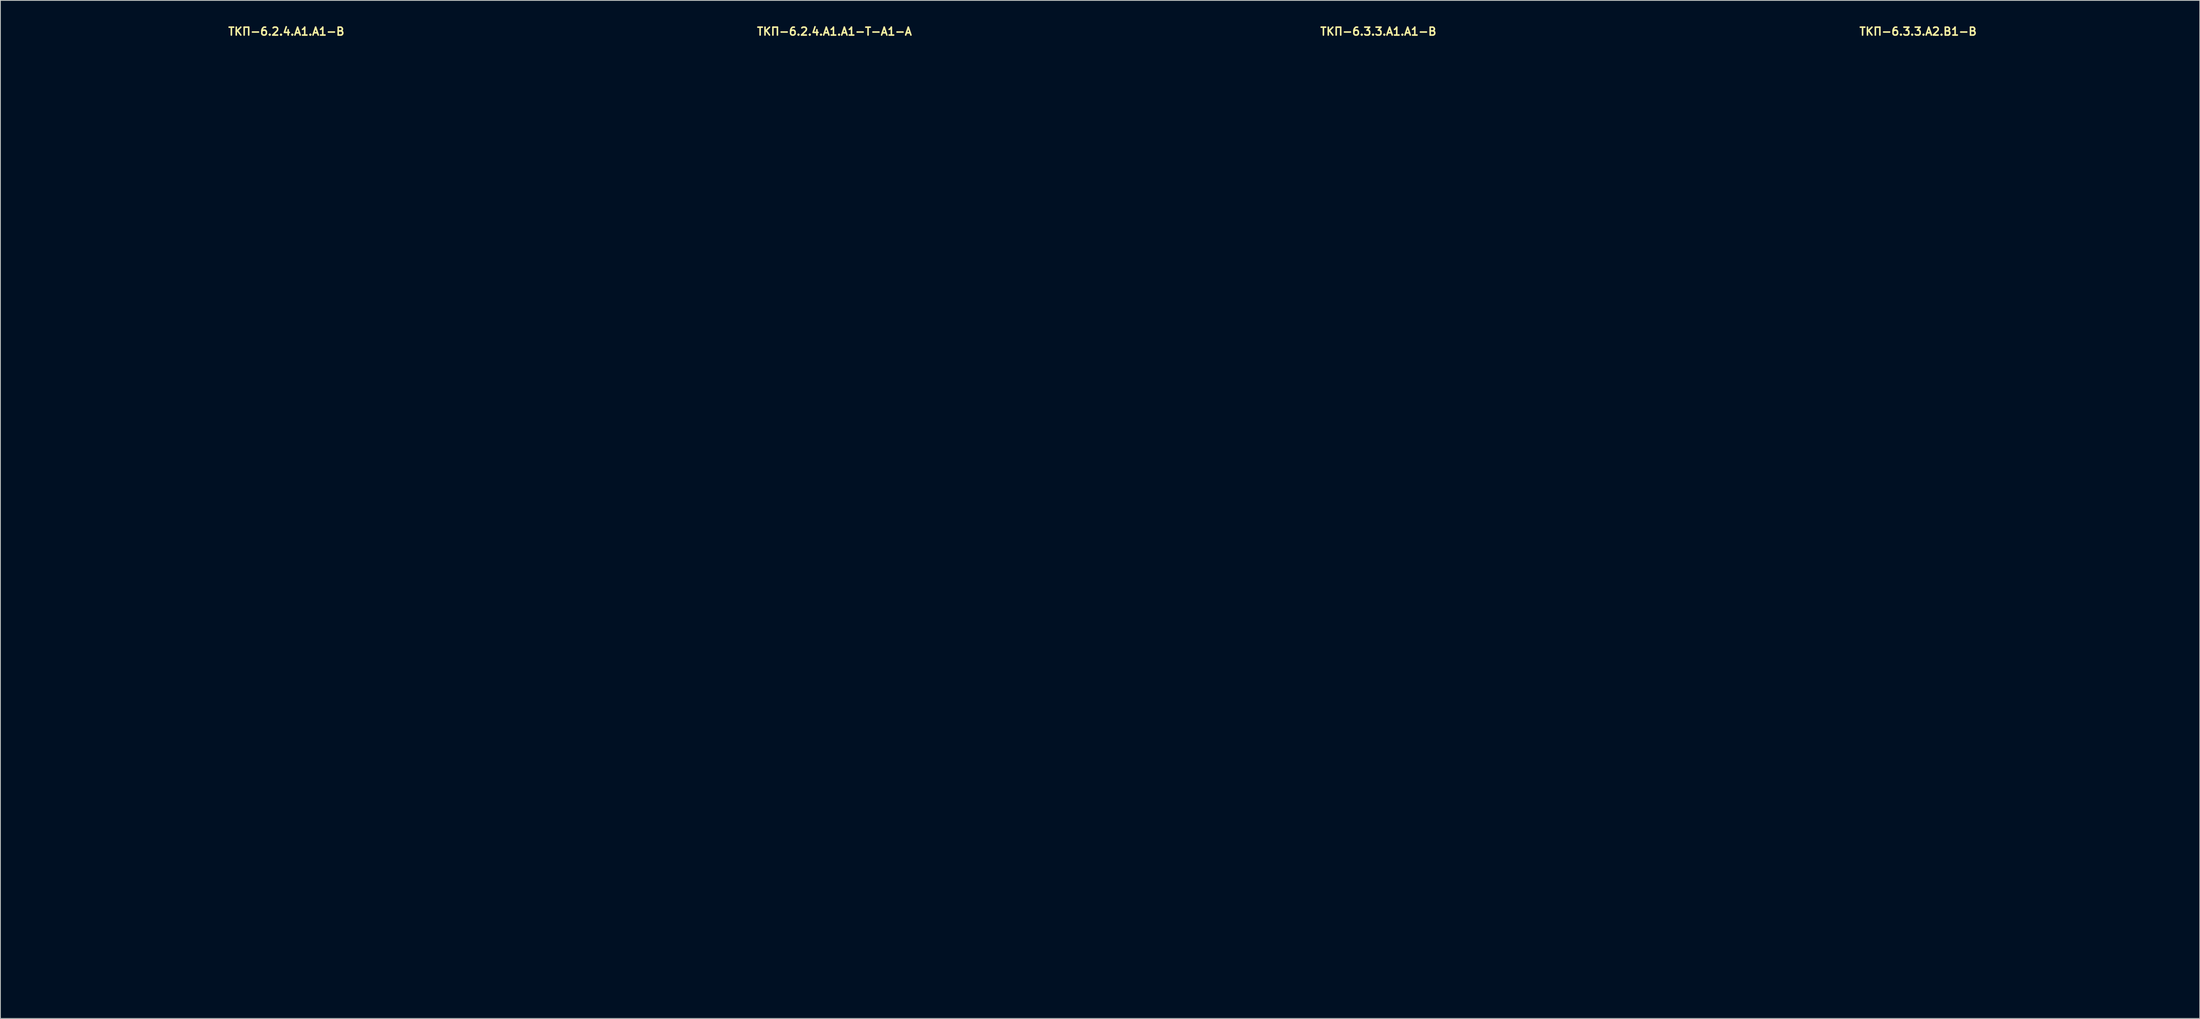
<source format=kicad_pcb>
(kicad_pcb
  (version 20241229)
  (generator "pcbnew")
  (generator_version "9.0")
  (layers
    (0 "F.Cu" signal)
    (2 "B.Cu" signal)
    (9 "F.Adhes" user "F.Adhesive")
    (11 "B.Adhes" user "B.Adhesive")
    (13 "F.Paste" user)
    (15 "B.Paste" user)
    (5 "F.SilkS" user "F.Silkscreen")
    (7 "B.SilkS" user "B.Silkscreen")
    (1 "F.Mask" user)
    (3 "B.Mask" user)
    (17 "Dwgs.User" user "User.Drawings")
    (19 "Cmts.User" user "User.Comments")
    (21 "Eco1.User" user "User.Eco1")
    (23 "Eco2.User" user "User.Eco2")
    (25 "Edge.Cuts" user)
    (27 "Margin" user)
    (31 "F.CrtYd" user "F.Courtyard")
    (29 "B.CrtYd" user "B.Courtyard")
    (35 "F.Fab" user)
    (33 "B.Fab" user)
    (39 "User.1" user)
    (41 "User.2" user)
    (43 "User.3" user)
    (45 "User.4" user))
  (footprint "ТКП-6.3.3.A2.B1-B"
    (layer "F.Cu")
    (at 239.81 59.737)
    (property "Reference" "ТКП-6.3.3.A2.B1-B" (at 0 -58.801 0) (layer "F.SilkS") (effects (font (size 1 1) (thickness 0.2))))
    (attr through_hole)
    (fp_line (start -32.47 -57.98) (end -32.47 57.98) (stroke (width 0.4) (type solid)) (layer "Eco1.User"))
    (fp_line (start -32.47 -57.98) (end 32.47 -57.98) (stroke (width 0.4) (type solid)) (layer "Eco1.User"))
    (fp_line (start -32.47 -56.98) (end 32.47 -56.98) (stroke (width 0.4) (type solid)) (layer "Eco1.User"))
    (fp_line (start -32.47 -55.98) (end 32.47 -55.98) (stroke (width 0.2) (type solid)) (layer "Eco1.User"))
    (fp_line (start -32.47 55.98) (end 32.47 55.98) (stroke (width 0.2) (type solid)) (layer "Eco1.User"))
    (fp_line (start -32.47 56.98) (end 32.47 56.98) (stroke (width 0.4) (type solid)) (layer "Eco1.User"))
    (fp_line (start -32.47 57.98) (end 32.47 57.98) (stroke (width 0.4) (type solid)) (layer "Eco1.User"))
    (fp_line (start 32.47 -57.98) (end 32.47 57.98) (stroke (width 0.4) (type solid)) (layer "Eco1.User"))
    (fp_circle (center -19.05 -40.44) (end -15.45 -40.44) (stroke (width 0.4) (type solid)) (fill no) (layer "Eco1.User"))
    (fp_circle (center -19.05 -12.5) (end -15.45 -12.5) (stroke (width 0.4) (type solid)) (fill no) (layer "Eco1.User"))
    (fp_circle (center -8.89 -50.8) (end -7.39 -50.8) (stroke (width 0.4) (type solid)) (fill no) (layer "Eco1.User"))
    (fp_circle (center 0 -26.47) (end 3.6 -26.47) (stroke (width 0.4) (type solid)) (fill no) (layer "Eco1.User"))
    (fp_circle (center 0 1.47) (end 3.6 1.47) (stroke (width 0.4) (type solid)) (fill no) (layer "Eco1.User"))
    (fp_circle (center 0 44.45) (end 6 44.45) (stroke (width 0.4) (type solid)) (fill no) (layer "Eco1.User"))
    (fp_circle (center 8.89 -50.8) (end 10.39 -50.8) (stroke (width 0.4) (type solid)) (fill no) (layer "Eco1.User"))
    (fp_circle (center 19.05 -40.44) (end 22.65 -40.44) (stroke (width 0.4) (type solid)) (fill no) (layer "Eco1.User"))
    (fp_circle (center 19.05 -12.5) (end 22.65 -12.5) (stroke (width 0.4) (type solid)) (fill no) (layer "Eco1.User"))
    (fp_circle (center 19.05 44.45) (end 21.7 44.45) (stroke (width 0.4) (type solid)) (fill no) (layer "Eco1.User")))
  (footprint "ТКП-6.2.4.A1.A1-B"
    (layer "F.Cu")
    (at 33.2 62.277)
    (property "Reference" "ТКП-6.2.4.A1.A1-B" (at 0 -61.341 0) (layer "F.SilkS") (effects (font (size 1 1) (thickness 0.2))))
    (attr through_hole)
    (fp_line (start -33 -57.4) (end -33 57.4) (stroke (width 0.4) (type solid)) (layer "Eco1.User"))
    (fp_line (start -29.9 -60.5) (end 29.9 -60.5) (stroke (width 0.4) (type solid)) (layer "Eco1.User"))
    (fp_line (start -29.9 60.5) (end 29.9 60.5) (stroke (width 0.4) (type solid)) (layer "Eco1.User"))
    (fp_line (start 33 -57.4) (end 33 57.4) (stroke (width 0.4) (type solid)) (layer "Eco1.User"))
    (fp_arc (start -33 -57.4) (mid -32.092031 -59.592031) (end -29.9 -60.5) (stroke (width 0.4) (type solid)) (layer "Eco1.User"))
    (fp_arc (start -29.9 60.5) (mid -32.092031 59.592031) (end -33 57.4) (stroke (width 0.4) (type solid)) (layer "Eco1.User"))
    (fp_arc (start 29.9 -60.5) (mid 32.092031 -59.592031) (end 33 -57.4) (stroke (width 0.4) (type solid)) (layer "Eco1.User"))
    (fp_arc (start 33 57.4) (mid 32.092031 59.592031) (end 29.9 60.5) (stroke (width 0.4) (type solid)) (layer "Eco1.User"))
    (fp_circle (center -24.57 -52.07) (end -23.07 -52.07) (stroke (width 0.4) (type solid)) (fill no) (layer "Eco1.User"))
    (fp_circle (center -24.57 52.07) (end -23.07 52.07) (stroke (width 0.4) (type solid)) (fill no) (layer "Eco1.User"))
    (fp_circle (center -15.24 -31.55) (end -11.64 -31.55) (stroke (width 0.4) (type solid)) (fill no) (layer "Eco1.User"))
    (fp_circle (center -7.62 -1.27) (end -6.12 -1.27) (stroke (width 0.4) (type solid)) (fill no) (layer "Eco1.User"))
    (fp_circle (center 0 -1.27) (end 3 -1.27) (stroke (width 0.4) (type solid)) (fill no) (layer "Eco1.User"))
    (fp_circle (center 0 35.56) (end 6 35.56) (stroke (width 0.4) (type solid)) (fill no) (layer "Eco1.User"))
    (fp_circle (center 0 52.07) (end 2.65 52.07) (stroke (width 0.4) (type solid)) (fill no) (layer "Eco1.User"))
    (fp_circle (center 7.62 -1.27) (end 9.12 -1.27) (stroke (width 0.4) (type solid)) (fill no) (layer "Eco1.User"))
    (fp_circle (center 15.24 -31.55) (end 18.84 -31.55) (stroke (width 0.4) (type solid)) (fill no) (layer "Eco1.User"))
    (fp_circle (center 24.57 -52.07) (end 26.07 -52.07) (stroke (width 0.4) (type solid)) (fill no) (layer "Eco1.User"))
    (fp_circle (center 24.57 52.07) (end 26.07 52.07) (stroke (width 0.4) (type solid)) (fill no) (layer "Eco1.User")))
  (footprint "ТКП-6.2.4.A1.A1-T-A1-A"
    (layer "F.Cu")
    (at 102.6 62.277)
    (property "Reference" "ТКП-6.2.4.A1.A1-T-A1-A" (at 0 -61.341 0) (layer "F.SilkS") (effects (font (size 1 1) (thickness 0.2))))
    (attr through_hole)
    (fp_line (start -33 -57.4) (end -33 57.4) (stroke (width 0.4) (type solid)) (layer "Eco1.User"))
    (fp_line (start -29.9 -60.5) (end 29.9 -60.5) (stroke (width 0.4) (type solid)) (layer "Eco1.User"))
    (fp_line (start -29.9 60.5) (end 29.9 60.5) (stroke (width 0.4) (type solid)) (layer "Eco1.User"))
    (fp_line (start 33 -57.4) (end 33 57.4) (stroke (width 0.4) (type solid)) (layer "Eco1.User"))
    (fp_arc (start -33 -57.4) (mid -32.092031 -59.592031) (end -29.9 -60.5) (stroke (width 0.4) (type solid)) (layer "Eco1.User"))
    (fp_arc (start -29.9 60.5) (mid -32.092031 59.592031) (end -33 57.4) (stroke (width 0.4) (type solid)) (layer "Eco1.User"))
    (fp_arc (start 29.9 -60.5) (mid 32.092031 -59.592031) (end 33 -57.4) (stroke (width 0.4) (type solid)) (layer "Eco1.User"))
    (fp_arc (start 33 57.4) (mid 32.092031 59.592031) (end 29.9 60.5) (stroke (width 0.4) (type solid)) (layer "Eco1.User"))
    (fp_circle (center -24.57 -52.07) (end -23.07 -52.07) (stroke (width 0.4) (type solid)) (fill no) (layer "Eco1.User"))
    (fp_circle (center -24.57 -52.07) (end -21.07 -52.07) (stroke (width 0.4) (type solid)) (fill no) (layer "Eco1.User"))
    (fp_circle (center -24.57 52.07) (end -23.07 52.07) (stroke (width 0.4) (type solid)) (fill no) (layer "Eco1.User"))
    (fp_circle (center -24.57 52.07) (end -21.07 52.07) (stroke (width 0.4) (type solid)) (fill no) (layer "Eco1.User"))
    (fp_circle (center -15.24 -31.55) (end -11.64 -31.55) (stroke (width 0.4) (type solid)) (fill no) (layer "Eco1.User"))
    (fp_circle (center -15.24 -31.55) (end -5.74 -31.55) (stroke (width 0.4) (type solid)) (fill no) (layer "Eco1.User"))
    (fp_circle (center -7.62 -1.27) (end -6.12 -1.27) (stroke (width 0.4) (type solid)) (fill no) (layer "Eco1.User"))
    (fp_circle (center -7.62 -1.27) (end -4.12 -1.27) (stroke (width 0.4) (type solid)) (fill no) (layer "Eco1.User"))
    (fp_circle (center 0 -1.27) (end 3 -1.27) (stroke (width 0.4) (type solid)) (fill no) (layer "Eco1.User"))
    (fp_circle (center 0 35.56) (end 6 35.56) (stroke (width 0.4) (type solid)) (fill no) (layer "Eco1.User"))
    (fp_circle (center 0 35.56) (end 9.75 35.56) (stroke (width 0.4) (type solid)) (fill no) (layer "Eco1.User"))
    (fp_circle (center 0 52.07) (end 2.65 52.07) (stroke (width 0.4) (type solid)) (fill no) (layer "Eco1.User"))
    (fp_circle (center 7.62 -1.27) (end 9.12 -1.27) (stroke (width 0.4) (type solid)) (fill no) (layer "Eco1.User"))
    (fp_circle (center 7.62 -1.27) (end 11.12 -1.27) (stroke (width 0.4) (type solid)) (fill no) (layer "Eco1.User"))
    (fp_circle (center 15.24 -31.55) (end 18.84 -31.55) (stroke (width 0.4) (type solid)) (fill no) (layer "Eco1.User"))
    (fp_circle (center 15.24 -31.55) (end 24.74 -31.55) (stroke (width 0.4) (type solid)) (fill no) (layer "Eco1.User"))
    (fp_circle (center 24.57 -52.07) (end 26.07 -52.07) (stroke (width 0.4) (type solid)) (fill no) (layer "Eco1.User"))
    (fp_circle (center 24.57 -52.07) (end 28.07 -52.07) (stroke (width 0.4) (type solid)) (fill no) (layer "Eco1.User"))
    (fp_circle (center 24.57 52.07) (end 26.07 52.07) (stroke (width 0.4) (type solid)) (fill no) (layer "Eco1.User"))
    (fp_circle (center 24.57 52.07) (end 28.07 52.07) (stroke (width 0.4) (type solid)) (fill no) (layer "Eco1.User")))
  (footprint "ТКП-6.3.3.A1.A1-B"
    (layer "F.Cu")
    (at 171.47 59.737)
    (property "Reference" "ТКП-6.3.3.A1.A1-B" (at 0 -58.801 0) (layer "F.SilkS") (effects (font (size 1 1) (thickness 0.2))))
    (attr through_hole)
    (fp_line (start -32.47 -57.98) (end -32.47 57.98) (stroke (width 0.4) (type solid)) (layer "Eco1.User"))
    (fp_line (start -32.47 -57.98) (end 32.47 -57.98) (stroke (width 0.4) (type solid)) (layer "Eco1.User"))
    (fp_line (start -32.47 -56.98) (end 32.47 -56.98) (stroke (width 0.4) (type solid)) (layer "Eco1.User"))
    (fp_line (start -32.47 -55.98) (end 32.47 -55.98) (stroke (width 0.2) (type solid)) (layer "Eco1.User"))
    (fp_line (start -32.47 55.98) (end 32.47 55.98) (stroke (width 0.2) (type solid)) (layer "Eco1.User"))
    (fp_line (start -32.47 56.98) (end 32.47 56.98) (stroke (width 0.4) (type solid)) (layer "Eco1.User"))
    (fp_line (start -32.47 57.98) (end 32.47 57.98) (stroke (width 0.4) (type solid)) (layer "Eco1.User"))
    (fp_line (start 32.47 -57.98) (end 32.47 57.98) (stroke (width 0.4) (type solid)) (layer "Eco1.User"))
    (fp_circle (center -19.05 -40.44) (end -15.45 -40.44) (stroke (width 0.4) (type solid)) (fill no) (layer "Eco1.User"))
    (fp_circle (center -8.89 -50.8) (end -7.39 -50.8) (stroke (width 0.4) (type solid)) (fill no) (layer "Eco1.User"))
    (fp_circle (center 0 -26.47) (end 3.6 -26.47) (stroke (width 0.4) (type solid)) (fill no) (layer "Eco1.User"))
    (fp_circle (center 0 -7.62) (end 2.65 -7.62) (stroke (width 0.4) (type solid)) (fill no) (layer "Eco1.User"))
    (fp_circle (center 0 19.05) (end 6 19.05) (stroke (width 0.4) (type solid)) (fill no) (layer "Eco1.User"))
    (fp_circle (center 8.89 -50.8) (end 10.39 -50.8) (stroke (width 0.4) (type solid)) (fill no) (layer "Eco1.User"))
    (fp_circle (center 19.05 -40.44) (end 22.65 -40.44) (stroke (width 0.4) (type solid)) (fill no) (layer "Eco1.User")))
  (gr_rect
    (start -3 -3)
    (end 275.48 125.977)
    (stroke (width 0.1) (type default))
    (fill no)
    (layer "Edge.Cuts")))
</source>
